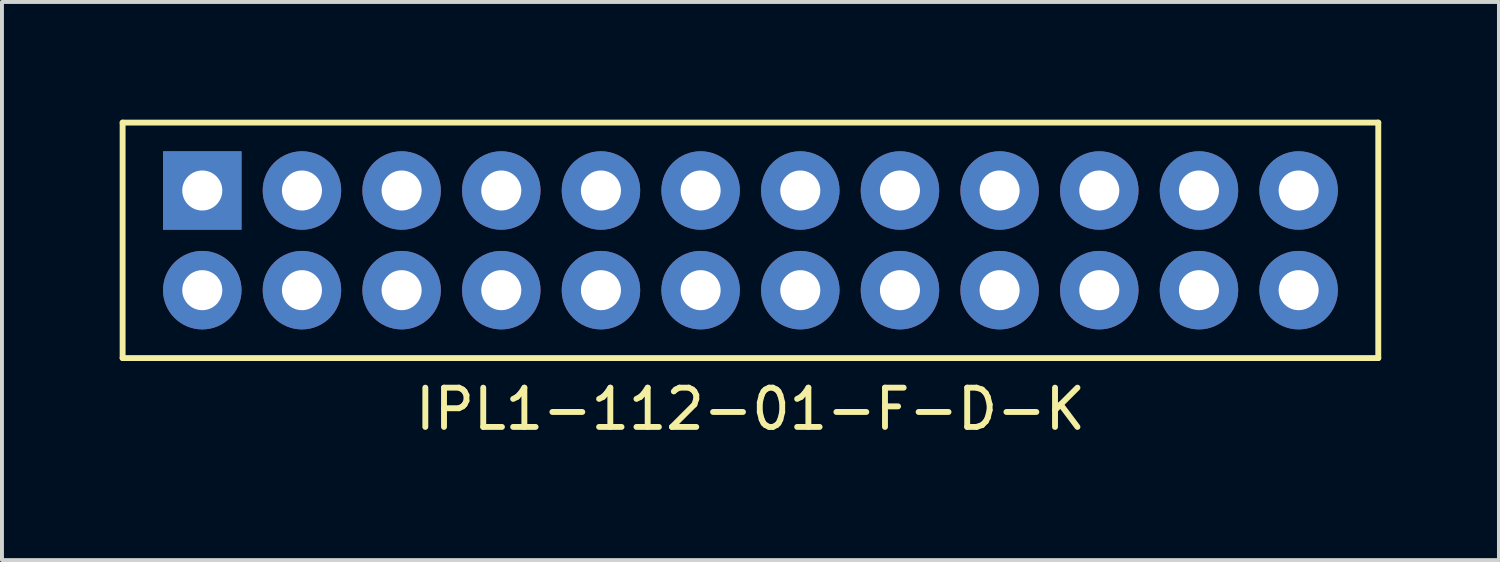
<source format=kicad_pcb>
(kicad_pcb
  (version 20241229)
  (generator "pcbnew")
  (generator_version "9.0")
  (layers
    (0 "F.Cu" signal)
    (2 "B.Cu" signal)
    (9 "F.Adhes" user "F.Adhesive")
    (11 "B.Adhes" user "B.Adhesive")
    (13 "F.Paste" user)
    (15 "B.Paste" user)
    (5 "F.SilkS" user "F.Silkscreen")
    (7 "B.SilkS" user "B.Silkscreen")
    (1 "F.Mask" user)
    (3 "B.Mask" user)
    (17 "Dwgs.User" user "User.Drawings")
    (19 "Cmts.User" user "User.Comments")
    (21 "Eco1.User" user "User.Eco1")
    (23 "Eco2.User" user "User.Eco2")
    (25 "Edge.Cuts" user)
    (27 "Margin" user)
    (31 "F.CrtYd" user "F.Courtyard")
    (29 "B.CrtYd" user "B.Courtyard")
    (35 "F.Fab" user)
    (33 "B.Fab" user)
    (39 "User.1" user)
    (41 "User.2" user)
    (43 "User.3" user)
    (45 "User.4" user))
  (footprint "IPL1-112-01-F-D-K"
    (layer "F.Cu")
    (at 16.075 3.075)
    (property "Reference" "IPL1-112-01-F-D-K" (at 0 4.3 0) (layer "F.SilkS") (effects (font (size 1 1) (thickness 0.15))))
    (attr through_hole)
    (fp_line (start -16 -3) (end 16 -3) (stroke (width 0.15) (type solid)) (layer "F.SilkS"))
    (fp_line (start -16 3) (end -16 -3) (stroke (width 0.15) (type solid)) (layer "F.SilkS"))
    (fp_line (start 16 -3) (end 16 3) (stroke (width 0.15) (type solid)) (layer "F.SilkS"))
    (fp_line (start 16 3) (end -16 3) (stroke (width 0.15) (type solid)) (layer "F.SilkS"))
    (pad "1" thru_hole rect (at -13.97 -1.27) (size 2 2) (drill 1.02) (layers "*.Cu" "*.Mask"))
    (pad "2" thru_hole circle (at -11.43 -1.27) (size 2 2) (drill 1.02) (layers "*.Cu" "*.Mask"))
    (pad "3" thru_hole circle (at -8.89 -1.27) (size 2 2) (drill 1.02) (layers "*.Cu" "*.Mask"))
    (pad "4" thru_hole circle (at -6.35 -1.27) (size 2 2) (drill 1.02) (layers "*.Cu" "*.Mask"))
    (pad "5" thru_hole circle (at -3.81 -1.27) (size 2 2) (drill 1.02) (layers "*.Cu" "*.Mask"))
    (pad "6" thru_hole circle (at -1.27 -1.27) (size 2 2) (drill 1.02) (layers "*.Cu" "*.Mask"))
    (pad "7" thru_hole circle (at 1.27 -1.27) (size 2 2) (drill 1.02) (layers "*.Cu" "*.Mask"))
    (pad "8" thru_hole circle (at 3.81 -1.27) (size 2 2) (drill 1.02) (layers "*.Cu" "*.Mask"))
    (pad "9" thru_hole circle (at 6.35 -1.27) (size 2 2) (drill 1.02) (layers "*.Cu" "*.Mask"))
    (pad "10" thru_hole circle (at 8.89 -1.27) (size 2 2) (drill 1.02) (layers "*.Cu" "*.Mask"))
    (pad "11" thru_hole circle (at 11.43 -1.27) (size 2 2) (drill 1.02) (layers "*.Cu" "*.Mask"))
    (pad "12" thru_hole circle (at 13.97 -1.27) (size 2 2) (drill 1.02) (layers "*.Cu" "*.Mask"))
    (pad "13" thru_hole circle (at -13.97 1.27) (size 2 2) (drill 1.02) (layers "*.Cu" "*.Mask"))
    (pad "14" thru_hole circle (at -11.43 1.27) (size 2 2) (drill 1.02) (layers "*.Cu" "*.Mask"))
    (pad "15" thru_hole circle (at -8.89 1.27) (size 2 2) (drill 1.02) (layers "*.Cu" "*.Mask"))
    (pad "16" thru_hole circle (at -6.35 1.27) (size 2 2) (drill 1.02) (layers "*.Cu" "*.Mask"))
    (pad "17" thru_hole circle (at -3.81 1.27) (size 2 2) (drill 1.02) (layers "*.Cu" "*.Mask"))
    (pad "18" thru_hole circle (at -1.27 1.27) (size 2 2) (drill 1.02) (layers "*.Cu" "*.Mask"))
    (pad "19" thru_hole circle (at 1.27 1.27) (size 2 2) (drill 1.02) (layers "*.Cu" "*.Mask"))
    (pad "20" thru_hole circle (at 3.81 1.27) (size 2 2) (drill 1.02) (layers "*.Cu" "*.Mask"))
    (pad "21" thru_hole circle (at 6.35 1.27) (size 2 2) (drill 1.02) (layers "*.Cu" "*.Mask"))
    (pad "22" thru_hole circle (at 8.89 1.27) (size 2 2) (drill 1.02) (layers "*.Cu" "*.Mask"))
    (pad "23" thru_hole circle (at 11.43 1.27) (size 2 2) (drill 1.02) (layers "*.Cu" "*.Mask"))
    (pad "24" thru_hole circle (at 13.97 1.27) (size 2 2) (drill 1.02) (layers "*.Cu" "*.Mask")))
  (gr_rect
    (start -3 -3)
    (end 35.15 11.223)
    (stroke (width 0.1) (type default))
    (fill no)
    (layer "Edge.Cuts")))
</source>
